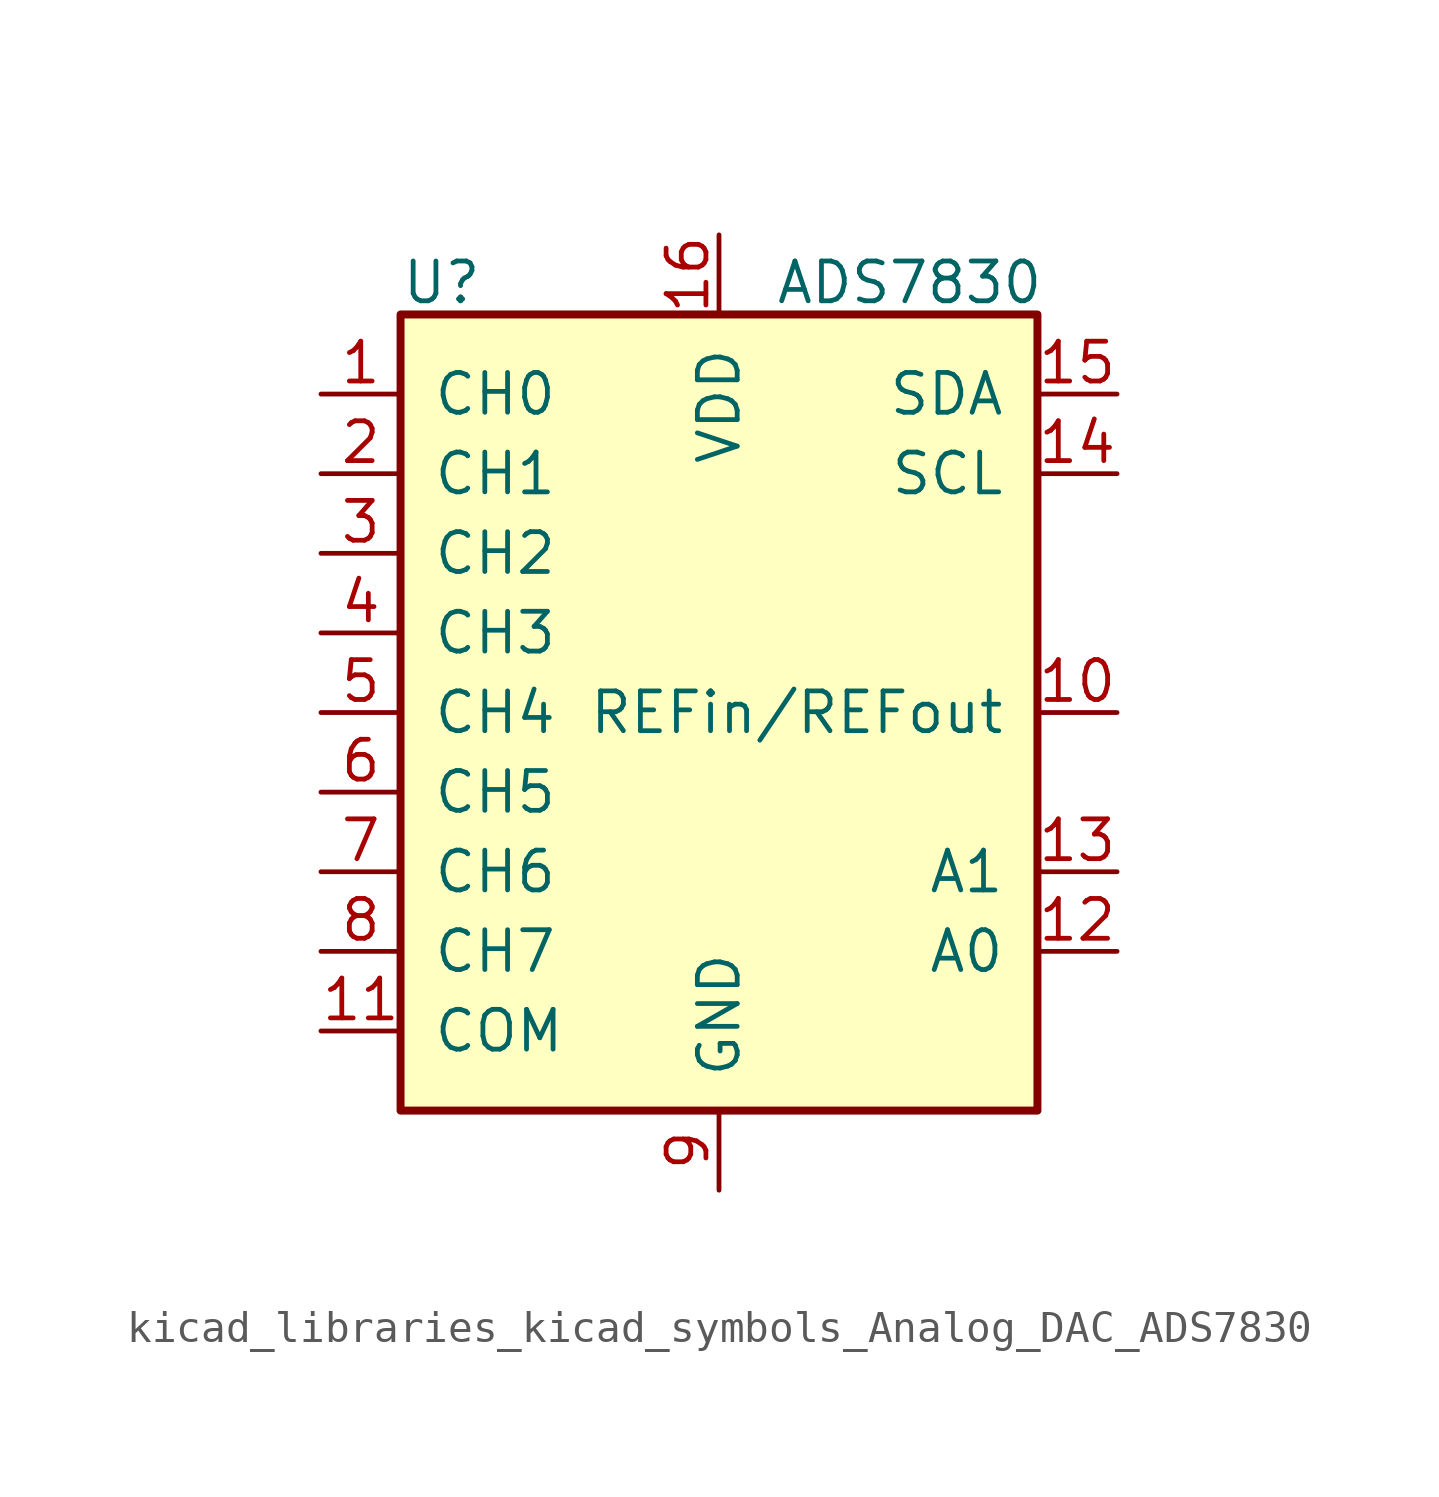
<source format=kicad_sym>
(kicad_symbol_lib
  (version 20220914)
  (generator kicad_symbol_editor)
  (symbol "kicad_libraries_kicad_symbols_Analog_DAC_ADS7830"
    (pin_names
      (offset 1.016))
    (property "Reference" "U"
      (at -10.16 13.716 0)
      (effects (font (size 1.27 1.27)) (justify left)))
    (property "Value" "ADS7830"
      (at 1.778 13.716 0)
      (effects (font (size 1.27 1.27)) (justify left)))
    (symbol "kicad_libraries_kicad_symbols_Analog_DAC_ADS7830_0_1"
      (rectangle (start -10.16 12.7) (end 10.16 -12.7) (stroke (width 0.254) (type default)) (fill (type background))))
    (symbol "kicad_libraries_kicad_symbols_Analog_DAC_ADS7830_1_1"
      (pin input line (at -12.7 10.16 0) (length 2.54) (name "CH0" (effects (font (size 1.27 1.27)))) (number "1" (effects (font (size 1.27 1.27)))))
      (pin bidirectional line (at 12.7 0 180) (length 2.54) (name "REFin/REFout" (effects (font (size 1.27 1.27)))) (number "10" (effects (font (size 1.27 1.27)))))
      (pin input line (at -12.7 -10.16 0) (length 2.54) (name "COM" (effects (font (size 1.27 1.27)))) (number "11" (effects (font (size 1.27 1.27)))))
      (pin input line (at 12.7 -7.62 180) (length 2.54) (name "A0" (effects (font (size 1.27 1.27)))) (number "12" (effects (font (size 1.27 1.27)))))
      (pin input line (at 12.7 -5.08 180) (length 2.54) (name "A1" (effects (font (size 1.27 1.27)))) (number "13" (effects (font (size 1.27 1.27)))))
      (pin input line (at 12.7 7.62 180) (length 2.54) (name "SCL" (effects (font (size 1.27 1.27)))) (number "14" (effects (font (size 1.27 1.27)))))
      (pin bidirectional line (at 12.7 10.16 180) (length 2.54) (name "SDA" (effects (font (size 1.27 1.27)))) (number "15" (effects (font (size 1.27 1.27)))))
      (pin power_in line (at 0 15.24 270) (length 2.54) (name "VDD" (effects (font (size 1.27 1.27)))) (number "16" (effects (font (size 1.27 1.27)))))
      (pin input line (at -12.7 7.62 0) (length 2.54) (name "CH1" (effects (font (size 1.27 1.27)))) (number "2" (effects (font (size 1.27 1.27)))))
      (pin input line (at -12.7 5.08 0) (length 2.54) (name "CH2" (effects (font (size 1.27 1.27)))) (number "3" (effects (font (size 1.27 1.27)))))
      (pin input line (at -12.7 2.54 0) (length 2.54) (name "CH3" (effects (font (size 1.27 1.27)))) (number "4" (effects (font (size 1.27 1.27)))))
      (pin input line (at -12.7 0 0) (length 2.54) (name "CH4" (effects (font (size 1.27 1.27)))) (number "5" (effects (font (size 1.27 1.27)))))
      (pin input line (at -12.7 -2.54 0) (length 2.54) (name "CH5" (effects (font (size 1.27 1.27)))) (number "6" (effects (font (size 1.27 1.27)))))
      (pin input line (at -12.7 -5.08 0) (length 2.54) (name "CH6" (effects (font (size 1.27 1.27)))) (number "7" (effects (font (size 1.27 1.27)))))
      (pin input line (at -12.7 -7.62 0) (length 2.54) (name "CH7" (effects (font (size 1.27 1.27)))) (number "8" (effects (font (size 1.27 1.27)))))
      (pin power_in line (at 0 -15.24 90) (length 2.54) (name "GND" (effects (font (size 1.27 1.27)))) (number "9" (effects (font (size 1.27 1.27))))))))
</source>
